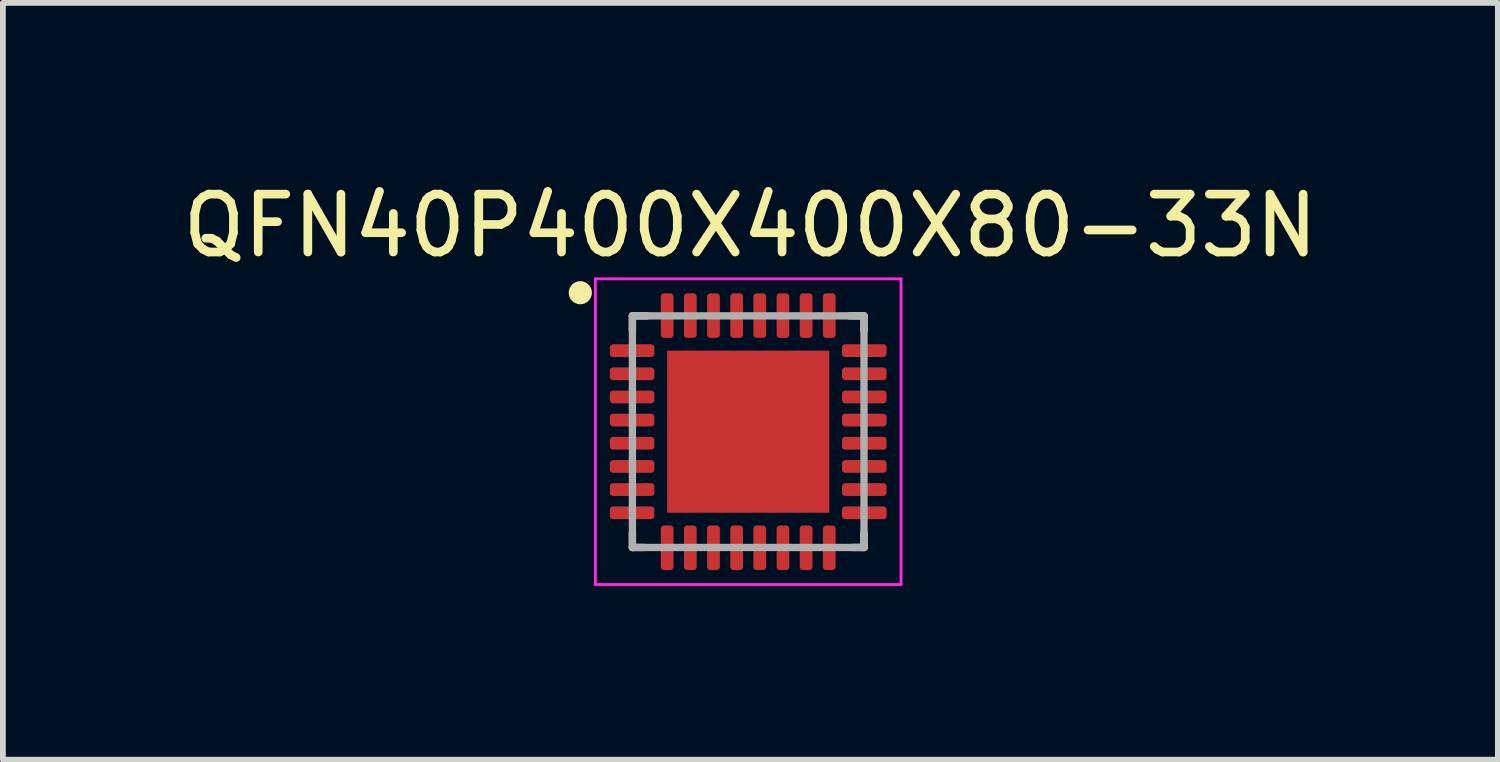
<source format=kicad_pcb>
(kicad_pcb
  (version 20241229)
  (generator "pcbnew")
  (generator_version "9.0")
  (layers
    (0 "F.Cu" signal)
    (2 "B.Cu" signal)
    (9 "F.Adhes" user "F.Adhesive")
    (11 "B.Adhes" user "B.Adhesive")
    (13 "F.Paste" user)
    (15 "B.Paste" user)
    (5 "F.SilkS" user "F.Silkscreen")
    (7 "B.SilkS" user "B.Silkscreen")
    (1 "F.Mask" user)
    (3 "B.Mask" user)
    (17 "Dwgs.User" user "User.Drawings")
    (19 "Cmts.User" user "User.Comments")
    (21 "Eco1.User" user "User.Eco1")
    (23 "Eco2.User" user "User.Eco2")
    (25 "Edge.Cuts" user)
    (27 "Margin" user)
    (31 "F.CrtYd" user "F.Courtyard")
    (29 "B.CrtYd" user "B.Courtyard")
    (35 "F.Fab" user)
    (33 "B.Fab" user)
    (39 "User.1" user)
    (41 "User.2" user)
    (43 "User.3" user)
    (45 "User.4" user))
  (footprint "QFN40P400X400X80-33N"
    (layer "F.Cu")
    (at 9.873 4.406)
    (property "Reference" "QFN40P400X400X80-33N" (at 0.037 -3.558 0) (layer "F.SilkS") (effects (font (size 1 1) (thickness 0.15))))
    (attr smd)
    (fp_line (start -2 -2) (end -2 -1.75) (stroke (width 0.127) (type solid)) (layer "F.SilkS"))
    (fp_line (start -2 1.75) (end -2 2) (stroke (width 0.127) (type solid)) (layer "F.SilkS"))
    (fp_line (start -2 2) (end -1.8 2) (stroke (width 0.127) (type solid)) (layer "F.SilkS"))
    (fp_line (start -1.75 -2) (end -2 -2) (stroke (width 0.127) (type solid)) (layer "F.SilkS"))
    (fp_line (start 1.75 -2) (end 2 -2) (stroke (width 0.127) (type solid)) (layer "F.SilkS"))
    (fp_line (start 2 -2) (end 2 -1.75) (stroke (width 0.127) (type solid)) (layer "F.SilkS"))
    (fp_line (start 2 1.75) (end 2 2) (stroke (width 0.127) (type solid)) (layer "F.SilkS"))
    (fp_line (start 2 2) (end 1.8 2) (stroke (width 0.127) (type solid)) (layer "F.SilkS"))
    (fp_circle (center -2.9 -2.4) (end -2.8 -2.4) (stroke (width 0.2) (type solid)) (fill no) (layer "F.SilkS"))
    (fp_poly (pts (xy -1.125 -1.125) (xy -0.135 -1.125) (xy -0.135 -0.135) (xy -1.125 -0.135)) (stroke (width 0.01) (type solid)) (fill yes) (layer "F.Paste"))
    (fp_poly (pts (xy -1.125 0.135) (xy -0.135 0.135) (xy -0.135 1.125) (xy -1.125 1.125)) (stroke (width 0.01) (type solid)) (fill yes) (layer "F.Paste"))
    (fp_poly (pts (xy 0.135 -1.125) (xy 1.125 -1.125) (xy 1.125 -0.135) (xy 0.135 -0.135)) (stroke (width 0.01) (type solid)) (fill yes) (layer "F.Paste"))
    (fp_poly (pts (xy 0.135 0.135) (xy 1.125 0.135) (xy 1.125 1.125) (xy 0.135 1.125)) (stroke (width 0.01) (type solid)) (fill yes) (layer "F.Paste"))
    (fp_line (start -2.64 -2.64) (end 2.64 -2.64) (stroke (width 0.05) (type solid)) (layer "F.CrtYd"))
    (fp_line (start -2.64 2.64) (end -2.64 -2.64) (stroke (width 0.05) (type solid)) (layer "F.CrtYd"))
    (fp_line (start 2.64 -2.64) (end 2.64 2.64) (stroke (width 0.05) (type solid)) (layer "F.CrtYd"))
    (fp_line (start 2.64 2.64) (end -2.64 2.64) (stroke (width 0.05) (type solid)) (layer "F.CrtYd"))
    (fp_line (start -2 -2) (end 2 -2) (stroke (width 0.127) (type solid)) (layer "F.Fab"))
    (fp_line (start -2 2) (end -2 -2) (stroke (width 0.127) (type solid)) (layer "F.Fab"))
    (fp_line (start 2 -2) (end 2 2) (stroke (width 0.127) (type solid)) (layer "F.Fab"))
    (fp_line (start 2 2) (end -2 2) (stroke (width 0.127) (type solid)) (layer "F.Fab"))
    (pad "1" smd roundrect (at -2.005 -1.4) (size 0.77 0.22) (layers "F.Cu" "F.Mask" "F.Paste") (roundrect_rratio 0.25))
    (pad "2" smd roundrect (at -2.005 -1) (size 0.77 0.22) (layers "F.Cu" "F.Mask" "F.Paste") (roundrect_rratio 0.25))
    (pad "3" smd roundrect (at -2.005 -0.6) (size 0.77 0.22) (layers "F.Cu" "F.Mask" "F.Paste") (roundrect_rratio 0.25))
    (pad "4" smd roundrect (at -2.005 -0.2) (size 0.77 0.22) (layers "F.Cu" "F.Mask" "F.Paste") (roundrect_rratio 0.25))
    (pad "5" smd roundrect (at -2.005 0.2) (size 0.77 0.22) (layers "F.Cu" "F.Mask" "F.Paste") (roundrect_rratio 0.25))
    (pad "6" smd roundrect (at -2.005 0.6) (size 0.77 0.22) (layers "F.Cu" "F.Mask" "F.Paste") (roundrect_rratio 0.25))
    (pad "7" smd roundrect (at -2.005 1) (size 0.77 0.22) (layers "F.Cu" "F.Mask" "F.Paste") (roundrect_rratio 0.25))
    (pad "8" smd roundrect (at -2.005 1.4) (size 0.77 0.22) (layers "F.Cu" "F.Mask" "F.Paste") (roundrect_rratio 0.25))
    (pad "9" smd roundrect (at -1.4 2.005) (size 0.22 0.77) (layers "F.Cu" "F.Mask" "F.Paste") (roundrect_rratio 0.25))
    (pad "10" smd roundrect (at -1 2.005) (size 0.22 0.77) (layers "F.Cu" "F.Mask" "F.Paste") (roundrect_rratio 0.25))
    (pad "11" smd roundrect (at -0.6 2.005) (size 0.22 0.77) (layers "F.Cu" "F.Mask" "F.Paste") (roundrect_rratio 0.25))
    (pad "12" smd roundrect (at -0.2 2.005) (size 0.22 0.77) (layers "F.Cu" "F.Mask" "F.Paste") (roundrect_rratio 0.25))
    (pad "13" smd roundrect (at 0.2 2.005) (size 0.22 0.77) (layers "F.Cu" "F.Mask" "F.Paste") (roundrect_rratio 0.25))
    (pad "14" smd roundrect (at 0.6 2.005) (size 0.22 0.77) (layers "F.Cu" "F.Mask" "F.Paste") (roundrect_rratio 0.25))
    (pad "15" smd roundrect (at 1 2.005) (size 0.22 0.77) (layers "F.Cu" "F.Mask" "F.Paste") (roundrect_rratio 0.25))
    (pad "16" smd roundrect (at 1.4 2.005) (size 0.22 0.77) (layers "F.Cu" "F.Mask" "F.Paste") (roundrect_rratio 0.25))
    (pad "17" smd roundrect (at 2.005 1.4) (size 0.77 0.22) (layers "F.Cu" "F.Mask" "F.Paste") (roundrect_rratio 0.25))
    (pad "18" smd roundrect (at 2.005 1) (size 0.77 0.22) (layers "F.Cu" "F.Mask" "F.Paste") (roundrect_rratio 0.25))
    (pad "19" smd roundrect (at 2.005 0.6) (size 0.77 0.22) (layers "F.Cu" "F.Mask" "F.Paste") (roundrect_rratio 0.25))
    (pad "20" smd roundrect (at 2.005 0.2) (size 0.77 0.22) (layers "F.Cu" "F.Mask" "F.Paste") (roundrect_rratio 0.25))
    (pad "21" smd roundrect (at 2.005 -0.2) (size 0.77 0.22) (layers "F.Cu" "F.Mask" "F.Paste") (roundrect_rratio 0.25))
    (pad "22" smd roundrect (at 2.005 -0.6) (size 0.77 0.22) (layers "F.Cu" "F.Mask" "F.Paste") (roundrect_rratio 0.25))
    (pad "23" smd roundrect (at 2.005 -1) (size 0.77 0.22) (layers "F.Cu" "F.Mask" "F.Paste") (roundrect_rratio 0.25))
    (pad "24" smd roundrect (at 2.005 -1.4) (size 0.77 0.22) (layers "F.Cu" "F.Mask" "F.Paste") (roundrect_rratio 0.25))
    (pad "25" smd roundrect (at 1.4 -2.005) (size 0.22 0.77) (layers "F.Cu" "F.Mask" "F.Paste") (roundrect_rratio 0.25))
    (pad "26" smd roundrect (at 1 -2.005) (size 0.22 0.77) (layers "F.Cu" "F.Mask" "F.Paste") (roundrect_rratio 0.25))
    (pad "27" smd roundrect (at 0.6 -2.005) (size 0.22 0.77) (layers "F.Cu" "F.Mask" "F.Paste") (roundrect_rratio 0.25))
    (pad "28" smd roundrect (at 0.2 -2.005) (size 0.22 0.77) (layers "F.Cu" "F.Mask" "F.Paste") (roundrect_rratio 0.25))
    (pad "29" smd roundrect (at -0.2 -2.005) (size 0.22 0.77) (layers "F.Cu" "F.Mask" "F.Paste") (roundrect_rratio 0.25))
    (pad "30" smd roundrect (at -0.6 -2.005) (size 0.22 0.77) (layers "F.Cu" "F.Mask" "F.Paste") (roundrect_rratio 0.25))
    (pad "31" smd roundrect (at -1 -2.005) (size 0.22 0.77) (layers "F.Cu" "F.Mask" "F.Paste") (roundrect_rratio 0.25))
    (pad "32" smd roundrect (at -1.4 -2.005) (size 0.22 0.77) (layers "F.Cu" "F.Mask" "F.Paste") (roundrect_rratio 0.25))
    (pad "33" smd rect (at 0 0) (size 2.8 2.8) (layers "F.Cu" "F.Mask")))
  (gr_rect
    (start -3 -3)
    (end 22.821 10.071)
    (stroke (width 0.1) (type default))
    (fill no)
    (layer "Edge.Cuts")))
</source>
